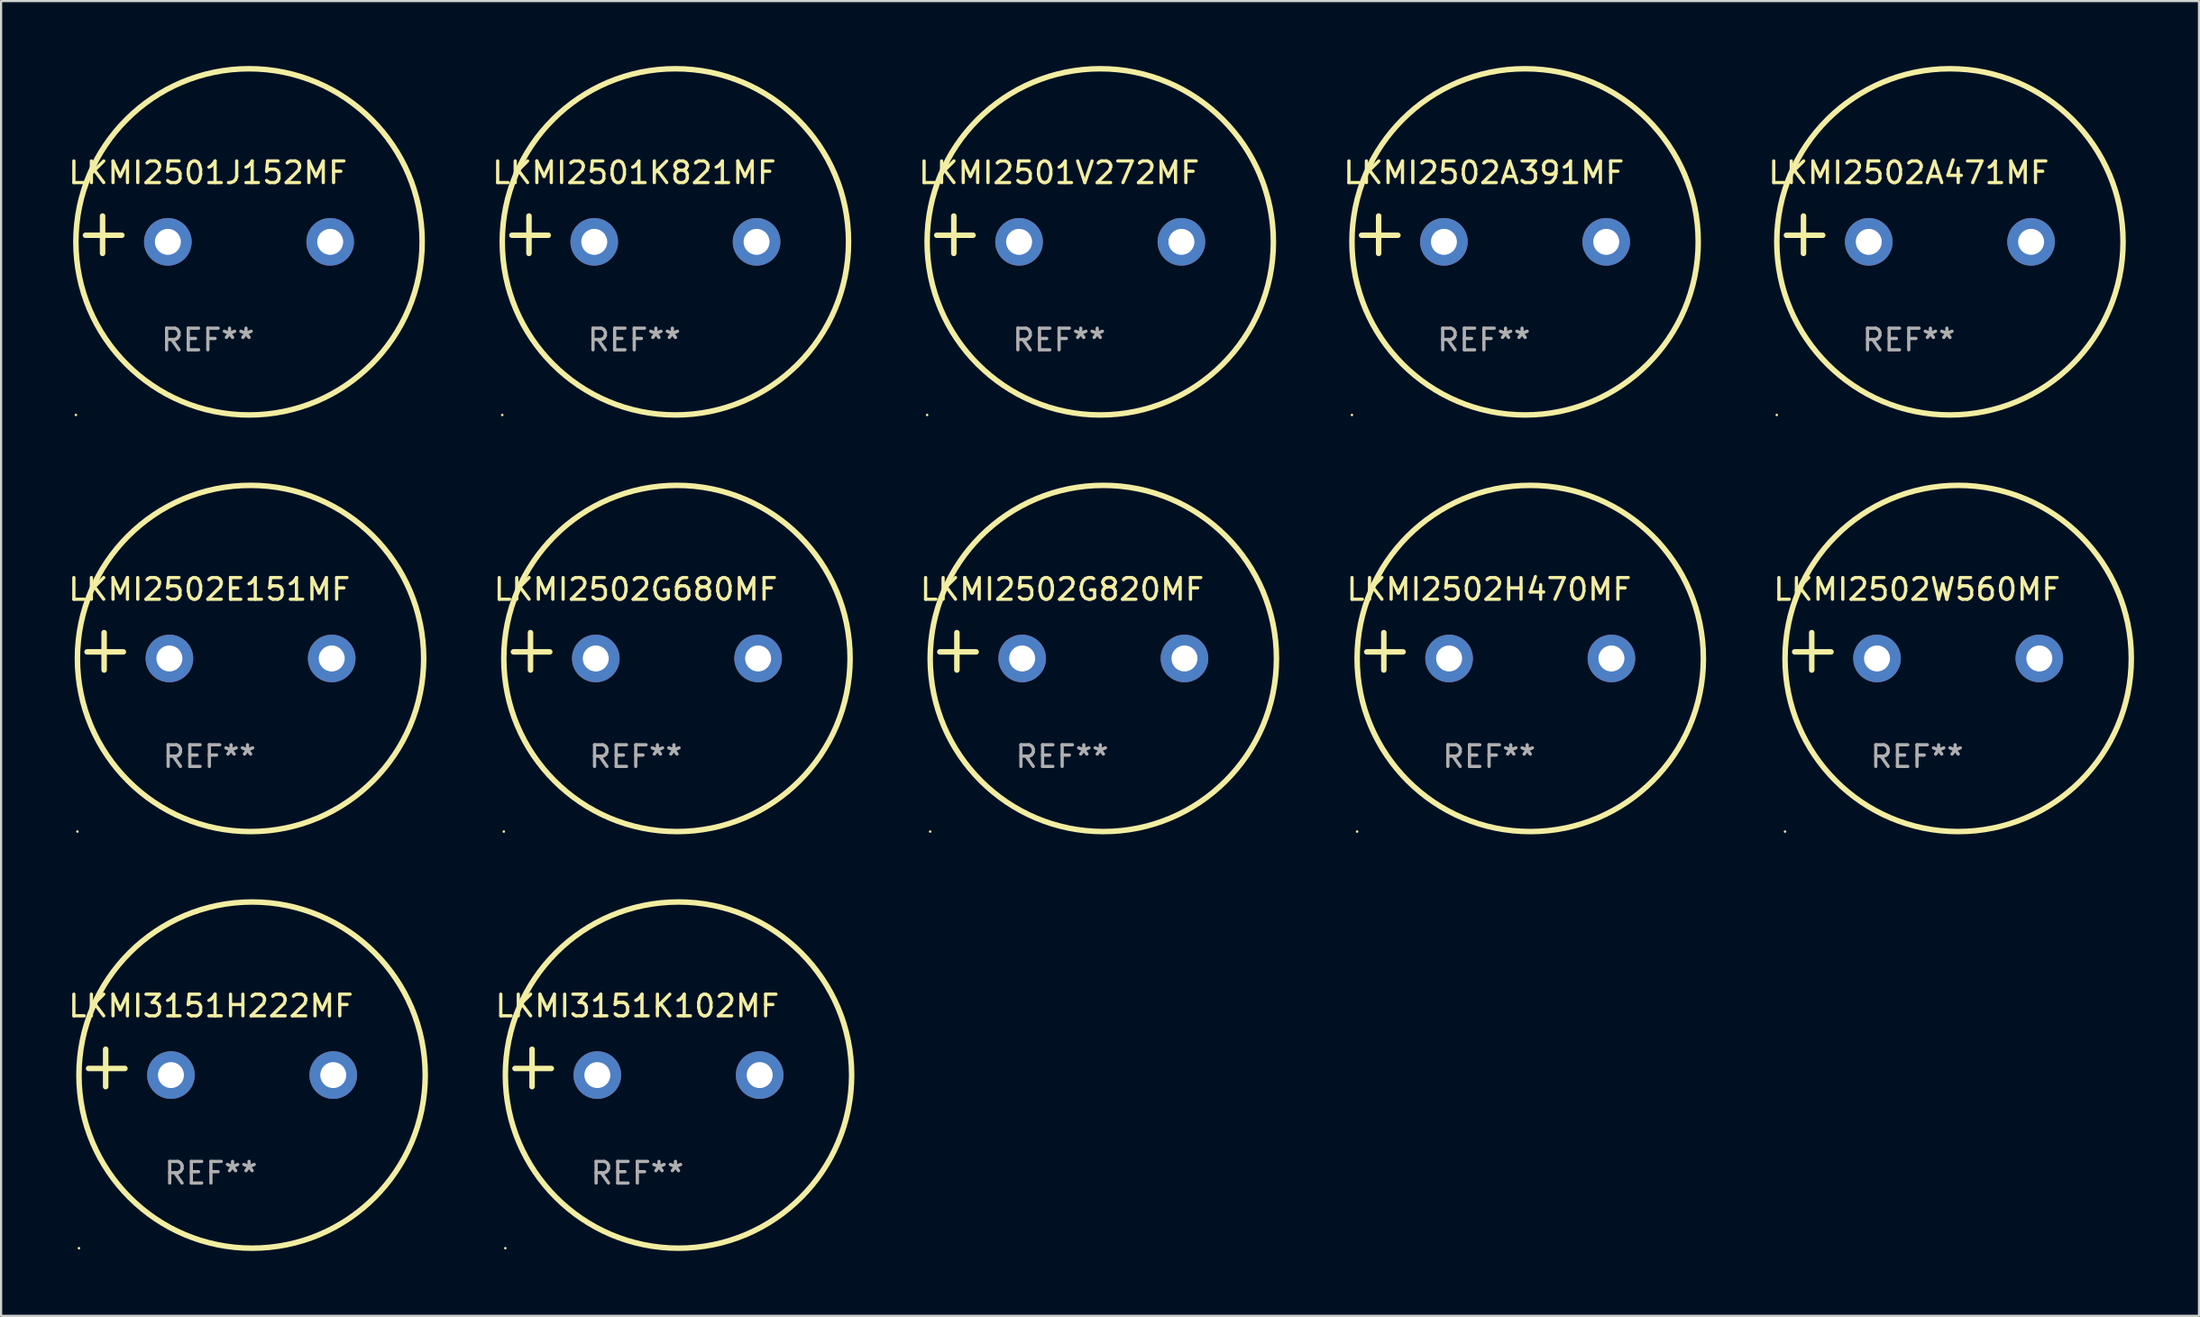
<source format=kicad_pcb>
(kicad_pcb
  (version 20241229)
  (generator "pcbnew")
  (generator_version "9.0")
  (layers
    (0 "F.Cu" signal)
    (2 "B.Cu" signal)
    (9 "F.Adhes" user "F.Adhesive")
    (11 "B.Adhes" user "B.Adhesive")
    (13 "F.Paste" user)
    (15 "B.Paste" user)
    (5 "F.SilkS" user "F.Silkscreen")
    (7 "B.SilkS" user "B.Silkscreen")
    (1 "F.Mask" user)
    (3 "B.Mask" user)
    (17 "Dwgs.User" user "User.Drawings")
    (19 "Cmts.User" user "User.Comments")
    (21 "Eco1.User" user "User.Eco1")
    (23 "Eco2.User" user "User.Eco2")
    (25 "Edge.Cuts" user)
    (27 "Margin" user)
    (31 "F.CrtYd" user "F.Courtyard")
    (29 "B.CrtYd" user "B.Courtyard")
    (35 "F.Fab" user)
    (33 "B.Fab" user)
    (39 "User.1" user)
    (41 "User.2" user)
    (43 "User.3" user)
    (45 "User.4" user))
  (footprint "LKMI3151H222MF"
    (layer "F.Cu")
    (at 6.696 46.305)
    (property "Reference" "LKMI3151H222MF" (at 0 -2.864 0) (layer "F.SilkS") (effects (font (size 1 1) (thickness 0.15))))
    (attr through_hole)
    (fp_line (start -4.864 0.864) (end -4.864 -0.864) (stroke (width 0.254) (type solid)) (layer "F.SilkS"))
    (fp_line (start -3.975 0.025) (end -5.652 0.025) (stroke (width 0.254) (type solid)) (layer "F.SilkS"))
    (fp_circle (center -6.098 8.33) (end -6.068 8.33) (stroke (width 0.06) (type solid)) (fill no) (layer "F.SilkS"))
    (fp_circle (center 1.902 0.33) (end 9.902 0.33) (stroke (width 0.254) (type solid)) (fill no) (layer "F.SilkS"))
    (fp_text user "REF**" (at 0 4.864 0) (layer "F.Fab") (effects (font (size 1 1) (thickness 0.15))))
    (pad "1" thru_hole circle (at -1.848 0.33) (size 2.2 2.2) (drill 1.2) (layers "*.Cu" "*.Mask"))
    (pad "2" thru_hole circle (at 5.652 0.33) (size 2.2 2.2) (drill 1.2) (layers "*.Cu" "*.Mask")))
  (footprint "LKMI2502G820MF"
    (layer "F.Cu")
    (at 46.027 27.051)
    (property "Reference" "LKMI2502G820MF" (at 0 -2.864 0) (layer "F.SilkS") (effects (font (size 1 1) (thickness 0.15))))
    (attr through_hole)
    (fp_line (start -4.864 0.864) (end -4.864 -0.864) (stroke (width 0.254) (type solid)) (layer "F.SilkS"))
    (fp_line (start -3.975 0.025) (end -5.652 0.025) (stroke (width 0.254) (type solid)) (layer "F.SilkS"))
    (fp_circle (center -6.098 8.33) (end -6.068 8.33) (stroke (width 0.06) (type solid)) (fill no) (layer "F.SilkS"))
    (fp_circle (center 1.902 0.33) (end 9.902 0.33) (stroke (width 0.254) (type solid)) (fill no) (layer "F.SilkS"))
    (fp_text user "REF**" (at 0 4.864 0) (layer "F.Fab") (effects (font (size 1 1) (thickness 0.15))))
    (pad "1" thru_hole circle (at -1.848 0.33) (size 2.2 2.2) (drill 1.2) (layers "*.Cu" "*.Mask"))
    (pad "2" thru_hole circle (at 5.652 0.33) (size 2.2 2.2) (drill 1.2) (layers "*.Cu" "*.Mask")))
  (footprint "LKMI2502H470MF"
    (layer "F.Cu")
    (at 65.753 27.051)
    (property "Reference" "LKMI2502H470MF" (at 0 -2.864 0) (layer "F.SilkS") (effects (font (size 1 1) (thickness 0.15))))
    (attr through_hole)
    (fp_line (start -4.864 0.864) (end -4.864 -0.864) (stroke (width 0.254) (type solid)) (layer "F.SilkS"))
    (fp_line (start -3.975 0.025) (end -5.652 0.025) (stroke (width 0.254) (type solid)) (layer "F.SilkS"))
    (fp_circle (center -6.098 8.33) (end -6.068 8.33) (stroke (width 0.06) (type solid)) (fill no) (layer "F.SilkS"))
    (fp_circle (center 1.902 0.33) (end 9.902 0.33) (stroke (width 0.254) (type solid)) (fill no) (layer "F.SilkS"))
    (fp_text user "REF**" (at 0 4.864 0) (layer "F.Fab") (effects (font (size 1 1) (thickness 0.15))))
    (pad "1" thru_hole circle (at -1.848 0.33) (size 2.2 2.2) (drill 1.2) (layers "*.Cu" "*.Mask"))
    (pad "2" thru_hole circle (at 5.652 0.33) (size 2.2 2.2) (drill 1.2) (layers "*.Cu" "*.Mask")))
  (footprint "LKMI2502W560MF"
    (layer "F.Cu")
    (at 85.525 27.051)
    (property "Reference" "LKMI2502W560MF" (at 0 -2.864 0) (layer "F.SilkS") (effects (font (size 1 1) (thickness 0.15))))
    (attr through_hole)
    (fp_line (start -4.864 0.864) (end -4.864 -0.864) (stroke (width 0.254) (type solid)) (layer "F.SilkS"))
    (fp_line (start -3.975 0.025) (end -5.652 0.025) (stroke (width 0.254) (type solid)) (layer "F.SilkS"))
    (fp_circle (center -6.098 8.33) (end -6.068 8.33) (stroke (width 0.06) (type solid)) (fill no) (layer "F.SilkS"))
    (fp_circle (center 1.902 0.33) (end 9.902 0.33) (stroke (width 0.254) (type solid)) (fill no) (layer "F.SilkS"))
    (fp_text user "REF**" (at 0 4.864 0) (layer "F.Fab") (effects (font (size 1 1) (thickness 0.15))))
    (pad "1" thru_hole circle (at -1.848 0.33) (size 2.2 2.2) (drill 1.2) (layers "*.Cu" "*.Mask"))
    (pad "2" thru_hole circle (at 5.652 0.33) (size 2.2 2.2) (drill 1.2) (layers "*.Cu" "*.Mask")))
  (footprint "LKMI3151K102MF"
    (layer "F.Cu")
    (at 26.398 46.305)
    (property "Reference" "LKMI3151K102MF" (at 0 -2.864 0) (layer "F.SilkS") (effects (font (size 1 1) (thickness 0.15))))
    (attr through_hole)
    (fp_line (start -4.864 0.864) (end -4.864 -0.864) (stroke (width 0.254) (type solid)) (layer "F.SilkS"))
    (fp_line (start -3.975 0.025) (end -5.652 0.025) (stroke (width 0.254) (type solid)) (layer "F.SilkS"))
    (fp_circle (center -6.098 8.33) (end -6.068 8.33) (stroke (width 0.06) (type solid)) (fill no) (layer "F.SilkS"))
    (fp_circle (center 1.902 0.33) (end 9.902 0.33) (stroke (width 0.254) (type solid)) (fill no) (layer "F.SilkS"))
    (fp_text user "REF**" (at 0 4.864 0) (layer "F.Fab") (effects (font (size 1 1) (thickness 0.15))))
    (pad "1" thru_hole circle (at -1.848 0.33) (size 2.2 2.2) (drill 1.2) (layers "*.Cu" "*.Mask"))
    (pad "2" thru_hole circle (at 5.652 0.33) (size 2.2 2.2) (drill 1.2) (layers "*.Cu" "*.Mask")))
  (footprint "LKMI2502A471MF"
    (layer "F.Cu")
    (at 85.144 7.797)
    (property "Reference" "LKMI2502A471MF" (at 0 -2.864 0) (layer "F.SilkS") (effects (font (size 1 1) (thickness 0.15))))
    (attr through_hole)
    (fp_line (start -4.864 0.864) (end -4.864 -0.864) (stroke (width 0.254) (type solid)) (layer "F.SilkS"))
    (fp_line (start -3.975 0.025) (end -5.652 0.025) (stroke (width 0.254) (type solid)) (layer "F.SilkS"))
    (fp_circle (center -6.098 8.33) (end -6.068 8.33) (stroke (width 0.06) (type solid)) (fill no) (layer "F.SilkS"))
    (fp_circle (center 1.902 0.33) (end 9.902 0.33) (stroke (width 0.254) (type solid)) (fill no) (layer "F.SilkS"))
    (fp_text user "REF**" (at 0 4.864 0) (layer "F.Fab") (effects (font (size 1 1) (thickness 0.15))))
    (pad "1" thru_hole circle (at -1.848 0.33) (size 2.2 2.2) (drill 1.2) (layers "*.Cu" "*.Mask"))
    (pad "2" thru_hole circle (at 5.652 0.33) (size 2.2 2.2) (drill 1.2) (layers "*.Cu" "*.Mask")))
  (footprint "LKMI2501V272MF"
    (layer "F.Cu")
    (at 45.885 7.797)
    (property "Reference" "LKMI2501V272MF" (at 0 -2.864 0) (layer "F.SilkS") (effects (font (size 1 1) (thickness 0.15))))
    (attr through_hole)
    (fp_line (start -4.864 0.864) (end -4.864 -0.864) (stroke (width 0.254) (type solid)) (layer "F.SilkS"))
    (fp_line (start -3.975 0.025) (end -5.652 0.025) (stroke (width 0.254) (type solid)) (layer "F.SilkS"))
    (fp_circle (center -6.098 8.33) (end -6.068 8.33) (stroke (width 0.06) (type solid)) (fill no) (layer "F.SilkS"))
    (fp_circle (center 1.902 0.33) (end 9.902 0.33) (stroke (width 0.254) (type solid)) (fill no) (layer "F.SilkS"))
    (fp_text user "REF**" (at 0 4.864 0) (layer "F.Fab") (effects (font (size 1 1) (thickness 0.15))))
    (pad "1" thru_hole circle (at -1.848 0.33) (size 2.2 2.2) (drill 1.2) (layers "*.Cu" "*.Mask"))
    (pad "2" thru_hole circle (at 5.652 0.33) (size 2.2 2.2) (drill 1.2) (layers "*.Cu" "*.Mask")))
  (footprint "LKMI2501J152MF"
    (layer "F.Cu")
    (at 6.554 7.797)
    (property "Reference" "LKMI2501J152MF" (at 0 -2.864 0) (layer "F.SilkS") (effects (font (size 1 1) (thickness 0.15))))
    (attr through_hole)
    (fp_line (start -4.864 0.864) (end -4.864 -0.864) (stroke (width 0.254) (type solid)) (layer "F.SilkS"))
    (fp_line (start -3.975 0.025) (end -5.652 0.025) (stroke (width 0.254) (type solid)) (layer "F.SilkS"))
    (fp_circle (center -6.098 8.33) (end -6.068 8.33) (stroke (width 0.06) (type solid)) (fill no) (layer "F.SilkS"))
    (fp_circle (center 1.902 0.33) (end 9.902 0.33) (stroke (width 0.254) (type solid)) (fill no) (layer "F.SilkS"))
    (fp_text user "REF**" (at 0 4.864 0) (layer "F.Fab") (effects (font (size 1 1) (thickness 0.15))))
    (pad "1" thru_hole circle (at -1.848 0.33) (size 2.2 2.2) (drill 1.2) (layers "*.Cu" "*.Mask"))
    (pad "2" thru_hole circle (at 5.652 0.33) (size 2.2 2.2) (drill 1.2) (layers "*.Cu" "*.Mask")))
  (footprint "LKMI2502G680MF"
    (layer "F.Cu")
    (at 26.326 27.051)
    (property "Reference" "LKMI2502G680MF" (at 0 -2.864 0) (layer "F.SilkS") (effects (font (size 1 1) (thickness 0.15))))
    (attr through_hole)
    (fp_line (start -4.864 0.864) (end -4.864 -0.864) (stroke (width 0.254) (type solid)) (layer "F.SilkS"))
    (fp_line (start -3.975 0.025) (end -5.652 0.025) (stroke (width 0.254) (type solid)) (layer "F.SilkS"))
    (fp_circle (center -6.098 8.33) (end -6.068 8.33) (stroke (width 0.06) (type solid)) (fill no) (layer "F.SilkS"))
    (fp_circle (center 1.902 0.33) (end 9.902 0.33) (stroke (width 0.254) (type solid)) (fill no) (layer "F.SilkS"))
    (fp_text user "REF**" (at 0 4.864 0) (layer "F.Fab") (effects (font (size 1 1) (thickness 0.15))))
    (pad "1" thru_hole circle (at -1.848 0.33) (size 2.2 2.2) (drill 1.2) (layers "*.Cu" "*.Mask"))
    (pad "2" thru_hole circle (at 5.652 0.33) (size 2.2 2.2) (drill 1.2) (layers "*.Cu" "*.Mask")))
  (footprint "LKMI2502E151MF"
    (layer "F.Cu")
    (at 6.625 27.051)
    (property "Reference" "LKMI2502E151MF" (at 0 -2.864 0) (layer "F.SilkS") (effects (font (size 1 1) (thickness 0.15))))
    (attr through_hole)
    (fp_line (start -4.864 0.864) (end -4.864 -0.864) (stroke (width 0.254) (type solid)) (layer "F.SilkS"))
    (fp_line (start -3.975 0.025) (end -5.652 0.025) (stroke (width 0.254) (type solid)) (layer "F.SilkS"))
    (fp_circle (center -6.098 8.33) (end -6.068 8.33) (stroke (width 0.06) (type solid)) (fill no) (layer "F.SilkS"))
    (fp_circle (center 1.902 0.33) (end 9.902 0.33) (stroke (width 0.254) (type solid)) (fill no) (layer "F.SilkS"))
    (fp_text user "REF**" (at 0 4.864 0) (layer "F.Fab") (effects (font (size 1 1) (thickness 0.15))))
    (pad "1" thru_hole circle (at -1.848 0.33) (size 2.2 2.2) (drill 1.2) (layers "*.Cu" "*.Mask"))
    (pad "2" thru_hole circle (at 5.652 0.33) (size 2.2 2.2) (drill 1.2) (layers "*.Cu" "*.Mask")))
  (footprint "LKMI2502A391MF"
    (layer "F.Cu")
    (at 65.514 7.797)
    (property "Reference" "LKMI2502A391MF" (at 0 -2.864 0) (layer "F.SilkS") (effects (font (size 1 1) (thickness 0.15))))
    (attr through_hole)
    (fp_line (start -4.864 0.864) (end -4.864 -0.864) (stroke (width 0.254) (type solid)) (layer "F.SilkS"))
    (fp_line (start -3.975 0.025) (end -5.652 0.025) (stroke (width 0.254) (type solid)) (layer "F.SilkS"))
    (fp_circle (center -6.098 8.33) (end -6.068 8.33) (stroke (width 0.06) (type solid)) (fill no) (layer "F.SilkS"))
    (fp_circle (center 1.902 0.33) (end 9.902 0.33) (stroke (width 0.254) (type solid)) (fill no) (layer "F.SilkS"))
    (fp_text user "REF**" (at 0 4.864 0) (layer "F.Fab") (effects (font (size 1 1) (thickness 0.15))))
    (pad "1" thru_hole circle (at -1.848 0.33) (size 2.2 2.2) (drill 1.2) (layers "*.Cu" "*.Mask"))
    (pad "2" thru_hole circle (at 5.652 0.33) (size 2.2 2.2) (drill 1.2) (layers "*.Cu" "*.Mask")))
  (footprint "LKMI2501K821MF"
    (layer "F.Cu")
    (at 26.255 7.797)
    (property "Reference" "LKMI2501K821MF" (at 0 -2.864 0) (layer "F.SilkS") (effects (font (size 1 1) (thickness 0.15))))
    (attr through_hole)
    (fp_line (start -4.864 0.864) (end -4.864 -0.864) (stroke (width 0.254) (type solid)) (layer "F.SilkS"))
    (fp_line (start -3.975 0.025) (end -5.652 0.025) (stroke (width 0.254) (type solid)) (layer "F.SilkS"))
    (fp_circle (center -6.098 8.33) (end -6.068 8.33) (stroke (width 0.06) (type solid)) (fill no) (layer "F.SilkS"))
    (fp_circle (center 1.902 0.33) (end 9.902 0.33) (stroke (width 0.254) (type solid)) (fill no) (layer "F.SilkS"))
    (fp_text user "REF**" (at 0 4.864 0) (layer "F.Fab") (effects (font (size 1 1) (thickness 0.15))))
    (pad "1" thru_hole circle (at -1.848 0.33) (size 2.2 2.2) (drill 1.2) (layers "*.Cu" "*.Mask"))
    (pad "2" thru_hole circle (at 5.652 0.33) (size 2.2 2.2) (drill 1.2) (layers "*.Cu" "*.Mask")))
  (gr_rect
    (start -3 -3)
    (end 98.554 57.762)
    (stroke (width 0.1) (type default))
    (fill no)
    (layer "Edge.Cuts")))
</source>
